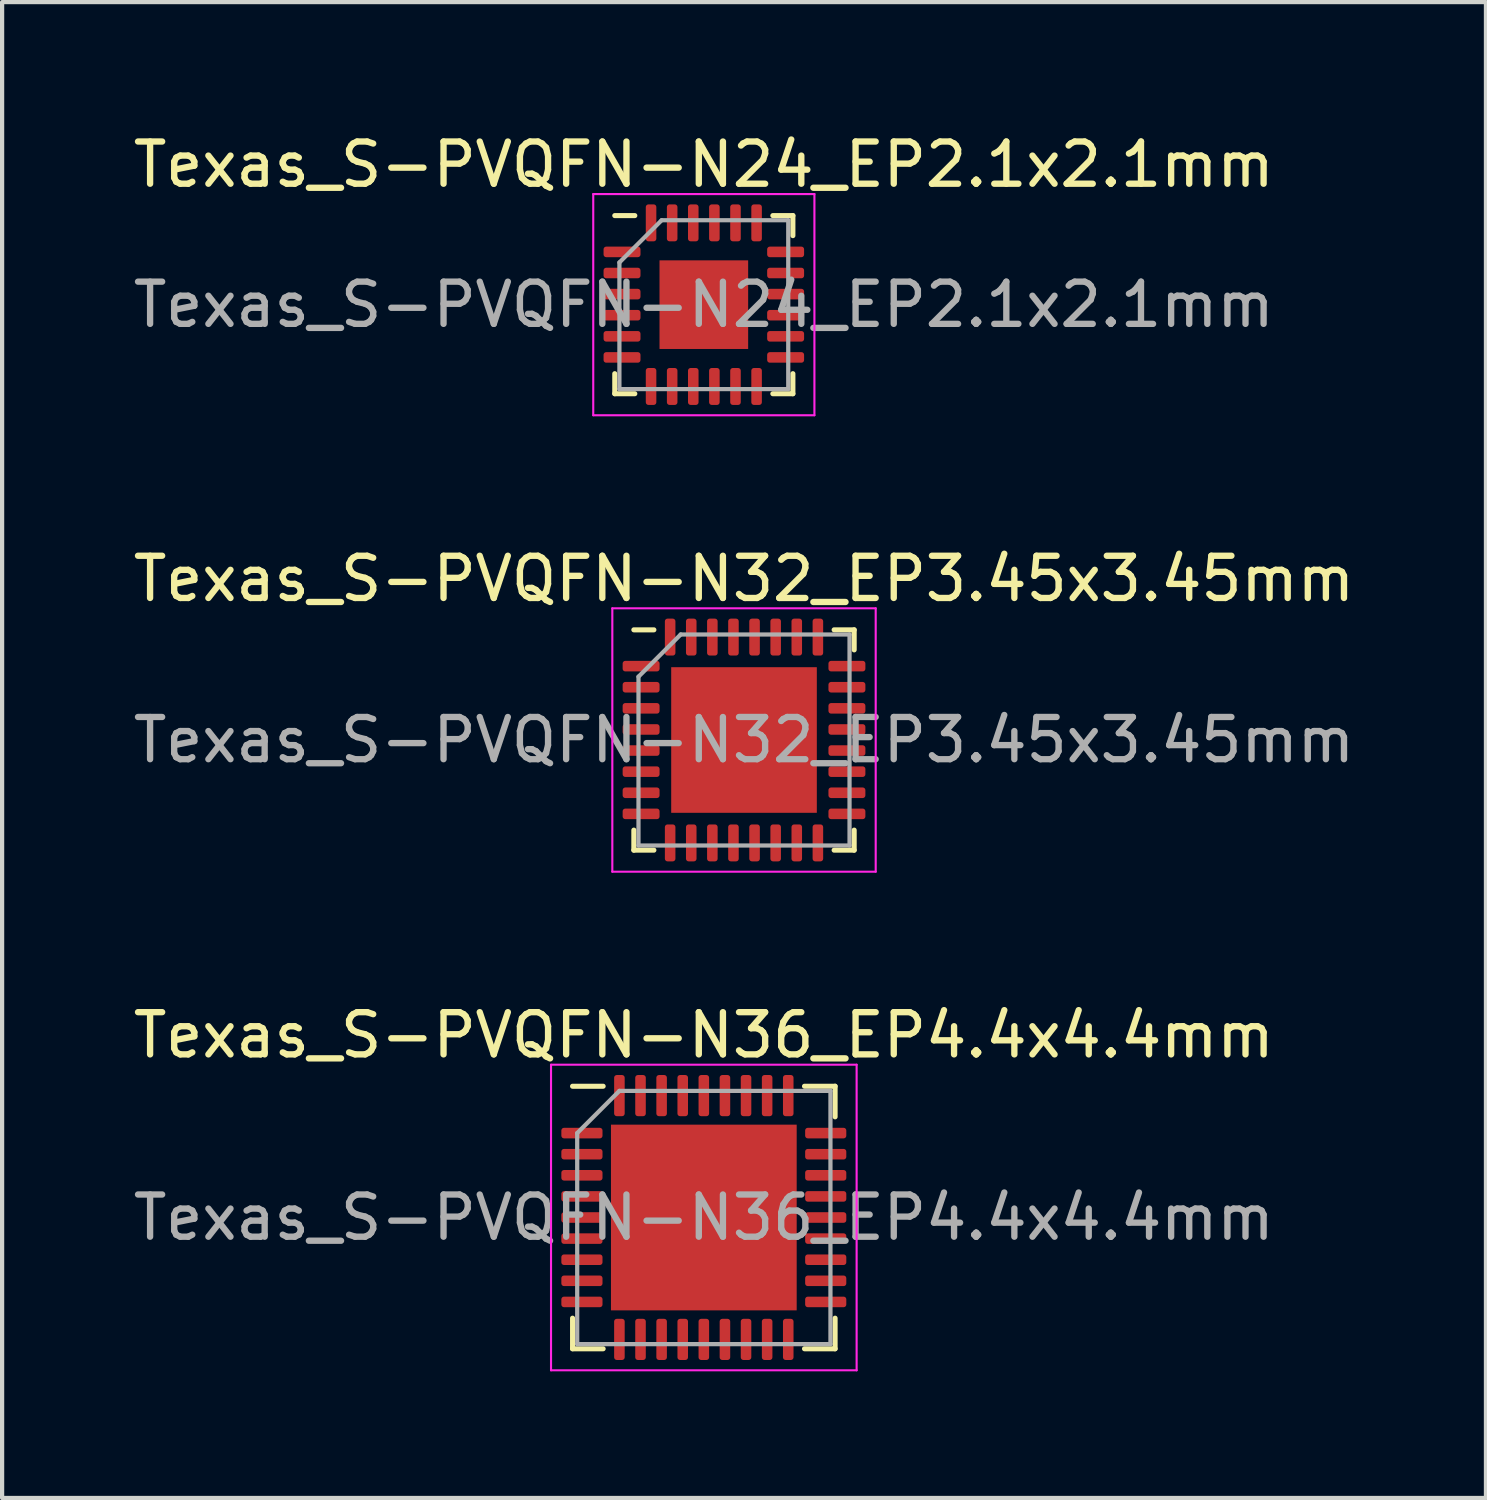
<source format=kicad_pcb>
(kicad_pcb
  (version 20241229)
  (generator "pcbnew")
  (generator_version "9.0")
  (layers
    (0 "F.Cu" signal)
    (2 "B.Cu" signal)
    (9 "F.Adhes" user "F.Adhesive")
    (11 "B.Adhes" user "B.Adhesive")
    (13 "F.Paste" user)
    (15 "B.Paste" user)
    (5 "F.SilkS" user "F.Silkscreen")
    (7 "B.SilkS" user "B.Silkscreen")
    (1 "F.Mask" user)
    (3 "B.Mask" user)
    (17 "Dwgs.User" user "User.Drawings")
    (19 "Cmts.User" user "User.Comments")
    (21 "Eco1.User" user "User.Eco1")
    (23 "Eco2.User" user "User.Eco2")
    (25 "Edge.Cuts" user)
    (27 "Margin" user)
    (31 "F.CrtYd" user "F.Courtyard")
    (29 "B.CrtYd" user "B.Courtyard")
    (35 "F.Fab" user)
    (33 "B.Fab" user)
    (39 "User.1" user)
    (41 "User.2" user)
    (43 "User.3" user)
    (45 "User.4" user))
  (footprint "Texas_S-PVQFN-N36_EP4.4x4.4mm"
    (layer "F.Cu")
    (at 13.625 25.795)
    (property "Reference" "Texas_S-PVQFN-N36_EP4.4x4.4mm" (at 0 -4.32 0) (layer "F.SilkS") (effects (font (size 1 1) (thickness 0.15))))
    (attr smd)
    (fp_line (start -3.11 3.11) (end -3.11 2.385) (stroke (width 0.12) (type solid)) (layer "F.SilkS"))
    (fp_line (start -2.385 -3.11) (end -3.11 -3.11) (stroke (width 0.12) (type solid)) (layer "F.SilkS"))
    (fp_line (start -2.385 3.11) (end -3.11 3.11) (stroke (width 0.12) (type solid)) (layer "F.SilkS"))
    (fp_line (start 2.385 -3.11) (end 3.11 -3.11) (stroke (width 0.12) (type solid)) (layer "F.SilkS"))
    (fp_line (start 2.385 3.11) (end 3.11 3.11) (stroke (width 0.12) (type solid)) (layer "F.SilkS"))
    (fp_line (start 3.11 -3.11) (end 3.11 -2.385) (stroke (width 0.12) (type solid)) (layer "F.SilkS"))
    (fp_line (start 3.11 3.11) (end 3.11 2.385) (stroke (width 0.12) (type solid)) (layer "F.SilkS"))
    (fp_line (start -3.62 -3.62) (end -3.62 3.62) (stroke (width 0.05) (type solid)) (layer "F.CrtYd"))
    (fp_line (start -3.62 3.62) (end 3.62 3.62) (stroke (width 0.05) (type solid)) (layer "F.CrtYd"))
    (fp_line (start 3.62 -3.62) (end -3.62 -3.62) (stroke (width 0.05) (type solid)) (layer "F.CrtYd"))
    (fp_line (start 3.62 3.62) (end 3.62 -3.62) (stroke (width 0.05) (type solid)) (layer "F.CrtYd"))
    (fp_line (start -3 -2) (end -2 -3) (stroke (width 0.1) (type solid)) (layer "F.Fab"))
    (fp_line (start -3 3) (end -3 -2) (stroke (width 0.1) (type solid)) (layer "F.Fab"))
    (fp_line (start -2 -3) (end 3 -3) (stroke (width 0.1) (type solid)) (layer "F.Fab"))
    (fp_line (start 3 -3) (end 3 3) (stroke (width 0.1) (type solid)) (layer "F.Fab"))
    (fp_line (start 3 3) (end -3 3) (stroke (width 0.1) (type solid)) (layer "F.Fab"))
    (fp_text user "${REFERENCE}" (at 0 0 0) (layer "F.Fab") (effects (font (size 1 1) (thickness 0.15))))
    (pad "" smd roundrect (at -1.47 -1.47) (size 1.18 1.18) (layers "F.Paste") (roundrect_rratio 0.212))
    (pad "" smd roundrect (at -1.47 0) (size 1.18 1.18) (layers "F.Paste") (roundrect_rratio 0.212))
    (pad "" smd roundrect (at -1.47 1.47) (size 1.18 1.18) (layers "F.Paste") (roundrect_rratio 0.212))
    (pad "" smd roundrect (at 0 -1.47) (size 1.18 1.18) (layers "F.Paste") (roundrect_rratio 0.212))
    (pad "" smd roundrect (at 0 0) (size 1.18 1.18) (layers "F.Paste") (roundrect_rratio 0.212))
    (pad "" smd roundrect (at 0 1.47) (size 1.18 1.18) (layers "F.Paste") (roundrect_rratio 0.212))
    (pad "" smd roundrect (at 1.47 -1.47) (size 1.18 1.18) (layers "F.Paste") (roundrect_rratio 0.212))
    (pad "" smd roundrect (at 1.47 0) (size 1.18 1.18) (layers "F.Paste") (roundrect_rratio 0.212))
    (pad "" smd roundrect (at 1.47 1.47) (size 1.18 1.18) (layers "F.Paste") (roundrect_rratio 0.212))
    (pad "1" smd roundrect (at -2.888 -2) (size 0.975 0.25) (layers "F.Cu" "F.Mask" "F.Paste") (roundrect_rratio 0.25))
    (pad "2" smd roundrect (at -2.888 -1.5) (size 0.975 0.25) (layers "F.Cu" "F.Mask" "F.Paste") (roundrect_rratio 0.25))
    (pad "3" smd roundrect (at -2.888 -1) (size 0.975 0.25) (layers "F.Cu" "F.Mask" "F.Paste") (roundrect_rratio 0.25))
    (pad "4" smd roundrect (at -2.888 -0.5) (size 0.975 0.25) (layers "F.Cu" "F.Mask" "F.Paste") (roundrect_rratio 0.25))
    (pad "5" smd roundrect (at -2.888 0) (size 0.975 0.25) (layers "F.Cu" "F.Mask" "F.Paste") (roundrect_rratio 0.25))
    (pad "6" smd roundrect (at -2.888 0.5) (size 0.975 0.25) (layers "F.Cu" "F.Mask" "F.Paste") (roundrect_rratio 0.25))
    (pad "7" smd roundrect (at -2.888 1) (size 0.975 0.25) (layers "F.Cu" "F.Mask" "F.Paste") (roundrect_rratio 0.25))
    (pad "8" smd roundrect (at -2.888 1.5) (size 0.975 0.25) (layers "F.Cu" "F.Mask" "F.Paste") (roundrect_rratio 0.25))
    (pad "9" smd roundrect (at -2.888 2) (size 0.975 0.25) (layers "F.Cu" "F.Mask" "F.Paste") (roundrect_rratio 0.25))
    (pad "10" smd roundrect (at -2 2.888) (size 0.25 0.975) (layers "F.Cu" "F.Mask" "F.Paste") (roundrect_rratio 0.25))
    (pad "11" smd roundrect (at -1.5 2.888) (size 0.25 0.975) (layers "F.Cu" "F.Mask" "F.Paste") (roundrect_rratio 0.25))
    (pad "12" smd roundrect (at -1 2.888) (size 0.25 0.975) (layers "F.Cu" "F.Mask" "F.Paste") (roundrect_rratio 0.25))
    (pad "13" smd roundrect (at -0.5 2.888) (size 0.25 0.975) (layers "F.Cu" "F.Mask" "F.Paste") (roundrect_rratio 0.25))
    (pad "14" smd roundrect (at 0 2.888) (size 0.25 0.975) (layers "F.Cu" "F.Mask" "F.Paste") (roundrect_rratio 0.25))
    (pad "15" smd roundrect (at 0.5 2.888) (size 0.25 0.975) (layers "F.Cu" "F.Mask" "F.Paste") (roundrect_rratio 0.25))
    (pad "16" smd roundrect (at 1 2.888) (size 0.25 0.975) (layers "F.Cu" "F.Mask" "F.Paste") (roundrect_rratio 0.25))
    (pad "17" smd roundrect (at 1.5 2.888) (size 0.25 0.975) (layers "F.Cu" "F.Mask" "F.Paste") (roundrect_rratio 0.25))
    (pad "18" smd roundrect (at 2 2.888) (size 0.25 0.975) (layers "F.Cu" "F.Mask" "F.Paste") (roundrect_rratio 0.25))
    (pad "19" smd roundrect (at 2.888 2) (size 0.975 0.25) (layers "F.Cu" "F.Mask" "F.Paste") (roundrect_rratio 0.25))
    (pad "20" smd roundrect (at 2.888 1.5) (size 0.975 0.25) (layers "F.Cu" "F.Mask" "F.Paste") (roundrect_rratio 0.25))
    (pad "21" smd roundrect (at 2.888 1) (size 0.975 0.25) (layers "F.Cu" "F.Mask" "F.Paste") (roundrect_rratio 0.25))
    (pad "22" smd roundrect (at 2.888 0.5) (size 0.975 0.25) (layers "F.Cu" "F.Mask" "F.Paste") (roundrect_rratio 0.25))
    (pad "23" smd roundrect (at 2.888 0) (size 0.975 0.25) (layers "F.Cu" "F.Mask" "F.Paste") (roundrect_rratio 0.25))
    (pad "24" smd roundrect (at 2.888 -0.5) (size 0.975 0.25) (layers "F.Cu" "F.Mask" "F.Paste") (roundrect_rratio 0.25))
    (pad "25" smd roundrect (at 2.888 -1) (size 0.975 0.25) (layers "F.Cu" "F.Mask" "F.Paste") (roundrect_rratio 0.25))
    (pad "26" smd roundrect (at 2.888 -1.5) (size 0.975 0.25) (layers "F.Cu" "F.Mask" "F.Paste") (roundrect_rratio 0.25))
    (pad "27" smd roundrect (at 2.888 -2) (size 0.975 0.25) (layers "F.Cu" "F.Mask" "F.Paste") (roundrect_rratio 0.25))
    (pad "28" smd roundrect (at 2 -2.888) (size 0.25 0.975) (layers "F.Cu" "F.Mask" "F.Paste") (roundrect_rratio 0.25))
    (pad "29" smd roundrect (at 1.5 -2.888) (size 0.25 0.975) (layers "F.Cu" "F.Mask" "F.Paste") (roundrect_rratio 0.25))
    (pad "30" smd roundrect (at 1 -2.888) (size 0.25 0.975) (layers "F.Cu" "F.Mask" "F.Paste") (roundrect_rratio 0.25))
    (pad "31" smd roundrect (at 0.5 -2.888) (size 0.25 0.975) (layers "F.Cu" "F.Mask" "F.Paste") (roundrect_rratio 0.25))
    (pad "32" smd roundrect (at 0 -2.888) (size 0.25 0.975) (layers "F.Cu" "F.Mask" "F.Paste") (roundrect_rratio 0.25))
    (pad "33" smd roundrect (at -0.5 -2.888) (size 0.25 0.975) (layers "F.Cu" "F.Mask" "F.Paste") (roundrect_rratio 0.25))
    (pad "34" smd roundrect (at -1 -2.888) (size 0.25 0.975) (layers "F.Cu" "F.Mask" "F.Paste") (roundrect_rratio 0.25))
    (pad "35" smd roundrect (at -1.5 -2.888) (size 0.25 0.975) (layers "F.Cu" "F.Mask" "F.Paste") (roundrect_rratio 0.25))
    (pad "36" smd roundrect (at -2 -2.888) (size 0.25 0.975) (layers "F.Cu" "F.Mask" "F.Paste") (roundrect_rratio 0.25))
    (pad "37" smd rect (at 0 0) (size 4.4 4.4) (layers "F.Cu" "F.Mask")))
  (footprint "Texas_S-PVQFN-N32_EP3.45x3.45mm"
    (layer "F.Cu")
    (at 14.577 14.482)
    (property "Reference" "Texas_S-PVQFN-N32_EP3.45x3.45mm" (at 0 -3.82 0) (layer "F.SilkS") (effects (font (size 1 1) (thickness 0.15))))
    (attr smd)
    (fp_line (start -2.61 2.61) (end -2.61 2.135) (stroke (width 0.12) (type solid)) (layer "F.SilkS"))
    (fp_line (start -2.135 -2.61) (end -2.61 -2.61) (stroke (width 0.12) (type solid)) (layer "F.SilkS"))
    (fp_line (start -2.135 2.61) (end -2.61 2.61) (stroke (width 0.12) (type solid)) (layer "F.SilkS"))
    (fp_line (start 2.135 -2.61) (end 2.61 -2.61) (stroke (width 0.12) (type solid)) (layer "F.SilkS"))
    (fp_line (start 2.135 2.61) (end 2.61 2.61) (stroke (width 0.12) (type solid)) (layer "F.SilkS"))
    (fp_line (start 2.61 -2.61) (end 2.61 -2.135) (stroke (width 0.12) (type solid)) (layer "F.SilkS"))
    (fp_line (start 2.61 2.61) (end 2.61 2.135) (stroke (width 0.12) (type solid)) (layer "F.SilkS"))
    (fp_line (start -3.12 -3.12) (end -3.12 3.12) (stroke (width 0.05) (type solid)) (layer "F.CrtYd"))
    (fp_line (start -3.12 3.12) (end 3.12 3.12) (stroke (width 0.05) (type solid)) (layer "F.CrtYd"))
    (fp_line (start 3.12 -3.12) (end -3.12 -3.12) (stroke (width 0.05) (type solid)) (layer "F.CrtYd"))
    (fp_line (start 3.12 3.12) (end 3.12 -3.12) (stroke (width 0.05) (type solid)) (layer "F.CrtYd"))
    (fp_line (start -2.5 -1.5) (end -1.5 -2.5) (stroke (width 0.1) (type solid)) (layer "F.Fab"))
    (fp_line (start -2.5 2.5) (end -2.5 -1.5) (stroke (width 0.1) (type solid)) (layer "F.Fab"))
    (fp_line (start -1.5 -2.5) (end 2.5 -2.5) (stroke (width 0.1) (type solid)) (layer "F.Fab"))
    (fp_line (start 2.5 -2.5) (end 2.5 2.5) (stroke (width 0.1) (type solid)) (layer "F.Fab"))
    (fp_line (start 2.5 2.5) (end -2.5 2.5) (stroke (width 0.1) (type solid)) (layer "F.Fab"))
    (fp_text user "${REFERENCE}" (at 0 0 0) (layer "F.Fab") (effects (font (size 1 1) (thickness 0.15))))
    (pad "" smd roundrect (at -1.15 -1.15) (size 0.93 0.93) (layers "F.Paste") (roundrect_rratio 0.25))
    (pad "" smd roundrect (at -1.15 0) (size 0.93 0.93) (layers "F.Paste") (roundrect_rratio 0.25))
    (pad "" smd roundrect (at -1.15 1.15) (size 0.93 0.93) (layers "F.Paste") (roundrect_rratio 0.25))
    (pad "" smd roundrect (at 0 -1.15) (size 0.93 0.93) (layers "F.Paste") (roundrect_rratio 0.25))
    (pad "" smd roundrect (at 0 0) (size 0.93 0.93) (layers "F.Paste") (roundrect_rratio 0.25))
    (pad "" smd roundrect (at 0 1.15) (size 0.93 0.93) (layers "F.Paste") (roundrect_rratio 0.25))
    (pad "" smd roundrect (at 1.15 -1.15) (size 0.93 0.93) (layers "F.Paste") (roundrect_rratio 0.25))
    (pad "" smd roundrect (at 1.15 0) (size 0.93 0.93) (layers "F.Paste") (roundrect_rratio 0.25))
    (pad "" smd roundrect (at 1.15 1.15) (size 0.93 0.93) (layers "F.Paste") (roundrect_rratio 0.25))
    (pad "1" smd roundrect (at -2.438 -1.75) (size 0.875 0.25) (layers "F.Cu" "F.Mask" "F.Paste") (roundrect_rratio 0.25))
    (pad "2" smd roundrect (at -2.438 -1.25) (size 0.875 0.25) (layers "F.Cu" "F.Mask" "F.Paste") (roundrect_rratio 0.25))
    (pad "3" smd roundrect (at -2.438 -0.75) (size 0.875 0.25) (layers "F.Cu" "F.Mask" "F.Paste") (roundrect_rratio 0.25))
    (pad "4" smd roundrect (at -2.438 -0.25) (size 0.875 0.25) (layers "F.Cu" "F.Mask" "F.Paste") (roundrect_rratio 0.25))
    (pad "5" smd roundrect (at -2.438 0.25) (size 0.875 0.25) (layers "F.Cu" "F.Mask" "F.Paste") (roundrect_rratio 0.25))
    (pad "6" smd roundrect (at -2.438 0.75) (size 0.875 0.25) (layers "F.Cu" "F.Mask" "F.Paste") (roundrect_rratio 0.25))
    (pad "7" smd roundrect (at -2.438 1.25) (size 0.875 0.25) (layers "F.Cu" "F.Mask" "F.Paste") (roundrect_rratio 0.25))
    (pad "8" smd roundrect (at -2.438 1.75) (size 0.875 0.25) (layers "F.Cu" "F.Mask" "F.Paste") (roundrect_rratio 0.25))
    (pad "9" smd roundrect (at -1.75 2.438) (size 0.25 0.875) (layers "F.Cu" "F.Mask" "F.Paste") (roundrect_rratio 0.25))
    (pad "10" smd roundrect (at -1.25 2.438) (size 0.25 0.875) (layers "F.Cu" "F.Mask" "F.Paste") (roundrect_rratio 0.25))
    (pad "11" smd roundrect (at -0.75 2.438) (size 0.25 0.875) (layers "F.Cu" "F.Mask" "F.Paste") (roundrect_rratio 0.25))
    (pad "12" smd roundrect (at -0.25 2.438) (size 0.25 0.875) (layers "F.Cu" "F.Mask" "F.Paste") (roundrect_rratio 0.25))
    (pad "13" smd roundrect (at 0.25 2.438) (size 0.25 0.875) (layers "F.Cu" "F.Mask" "F.Paste") (roundrect_rratio 0.25))
    (pad "14" smd roundrect (at 0.75 2.438) (size 0.25 0.875) (layers "F.Cu" "F.Mask" "F.Paste") (roundrect_rratio 0.25))
    (pad "15" smd roundrect (at 1.25 2.438) (size 0.25 0.875) (layers "F.Cu" "F.Mask" "F.Paste") (roundrect_rratio 0.25))
    (pad "16" smd roundrect (at 1.75 2.438) (size 0.25 0.875) (layers "F.Cu" "F.Mask" "F.Paste") (roundrect_rratio 0.25))
    (pad "17" smd roundrect (at 2.438 1.75) (size 0.875 0.25) (layers "F.Cu" "F.Mask" "F.Paste") (roundrect_rratio 0.25))
    (pad "18" smd roundrect (at 2.438 1.25) (size 0.875 0.25) (layers "F.Cu" "F.Mask" "F.Paste") (roundrect_rratio 0.25))
    (pad "19" smd roundrect (at 2.438 0.75) (size 0.875 0.25) (layers "F.Cu" "F.Mask" "F.Paste") (roundrect_rratio 0.25))
    (pad "20" smd roundrect (at 2.438 0.25) (size 0.875 0.25) (layers "F.Cu" "F.Mask" "F.Paste") (roundrect_rratio 0.25))
    (pad "21" smd roundrect (at 2.438 -0.25) (size 0.875 0.25) (layers "F.Cu" "F.Mask" "F.Paste") (roundrect_rratio 0.25))
    (pad "22" smd roundrect (at 2.438 -0.75) (size 0.875 0.25) (layers "F.Cu" "F.Mask" "F.Paste") (roundrect_rratio 0.25))
    (pad "23" smd roundrect (at 2.438 -1.25) (size 0.875 0.25) (layers "F.Cu" "F.Mask" "F.Paste") (roundrect_rratio 0.25))
    (pad "24" smd roundrect (at 2.438 -1.75) (size 0.875 0.25) (layers "F.Cu" "F.Mask" "F.Paste") (roundrect_rratio 0.25))
    (pad "25" smd roundrect (at 1.75 -2.438) (size 0.25 0.875) (layers "F.Cu" "F.Mask" "F.Paste") (roundrect_rratio 0.25))
    (pad "26" smd roundrect (at 1.25 -2.438) (size 0.25 0.875) (layers "F.Cu" "F.Mask" "F.Paste") (roundrect_rratio 0.25))
    (pad "27" smd roundrect (at 0.75 -2.438) (size 0.25 0.875) (layers "F.Cu" "F.Mask" "F.Paste") (roundrect_rratio 0.25))
    (pad "28" smd roundrect (at 0.25 -2.438) (size 0.25 0.875) (layers "F.Cu" "F.Mask" "F.Paste") (roundrect_rratio 0.25))
    (pad "29" smd roundrect (at -0.25 -2.438) (size 0.25 0.875) (layers "F.Cu" "F.Mask" "F.Paste") (roundrect_rratio 0.25))
    (pad "30" smd roundrect (at -0.75 -2.438) (size 0.25 0.875) (layers "F.Cu" "F.Mask" "F.Paste") (roundrect_rratio 0.25))
    (pad "31" smd roundrect (at -1.25 -2.438) (size 0.25 0.875) (layers "F.Cu" "F.Mask" "F.Paste") (roundrect_rratio 0.25))
    (pad "32" smd roundrect (at -1.75 -2.438) (size 0.25 0.875) (layers "F.Cu" "F.Mask" "F.Paste") (roundrect_rratio 0.25))
    (pad "33" smd rect (at 0 0) (size 3.45 3.45) (layers "F.Cu" "F.Mask")))
  (footprint "Texas_S-PVQFN-N24_EP2.1x2.1mm"
    (layer "F.Cu")
    (at 13.625 4.168)
    (property "Reference" "Texas_S-PVQFN-N24_EP2.1x2.1mm" (at 0 -3.32 0) (layer "F.SilkS") (effects (font (size 1 1) (thickness 0.15))))
    (attr smd)
    (fp_line (start -2.11 2.11) (end -2.11 1.635) (stroke (width 0.12) (type solid)) (layer "F.SilkS"))
    (fp_line (start -1.635 -2.11) (end -2.11 -2.11) (stroke (width 0.12) (type solid)) (layer "F.SilkS"))
    (fp_line (start -1.635 2.11) (end -2.11 2.11) (stroke (width 0.12) (type solid)) (layer "F.SilkS"))
    (fp_line (start 1.635 -2.11) (end 2.11 -2.11) (stroke (width 0.12) (type solid)) (layer "F.SilkS"))
    (fp_line (start 1.635 2.11) (end 2.11 2.11) (stroke (width 0.12) (type solid)) (layer "F.SilkS"))
    (fp_line (start 2.11 -2.11) (end 2.11 -1.635) (stroke (width 0.12) (type solid)) (layer "F.SilkS"))
    (fp_line (start 2.11 2.11) (end 2.11 1.635) (stroke (width 0.12) (type solid)) (layer "F.SilkS"))
    (fp_line (start -2.62 -2.62) (end -2.62 2.62) (stroke (width 0.05) (type solid)) (layer "F.CrtYd"))
    (fp_line (start -2.62 2.62) (end 2.62 2.62) (stroke (width 0.05) (type solid)) (layer "F.CrtYd"))
    (fp_line (start 2.62 -2.62) (end -2.62 -2.62) (stroke (width 0.05) (type solid)) (layer "F.CrtYd"))
    (fp_line (start 2.62 2.62) (end 2.62 -2.62) (stroke (width 0.05) (type solid)) (layer "F.CrtYd"))
    (fp_line (start -2 -1) (end -1 -2) (stroke (width 0.1) (type solid)) (layer "F.Fab"))
    (fp_line (start -2 2) (end -2 -1) (stroke (width 0.1) (type solid)) (layer "F.Fab"))
    (fp_line (start -1 -2) (end 2 -2) (stroke (width 0.1) (type solid)) (layer "F.Fab"))
    (fp_line (start 2 -2) (end 2 2) (stroke (width 0.1) (type solid)) (layer "F.Fab"))
    (fp_line (start 2 2) (end -2 2) (stroke (width 0.1) (type solid)) (layer "F.Fab"))
    (fp_text user "${REFERENCE}" (at 0 0 0) (layer "F.Fab") (effects (font (size 1 1) (thickness 0.15))))
    (pad "" smd roundrect (at -0.525 -0.525) (size 0.85 0.85) (layers "F.Paste") (roundrect_rratio 0.25))
    (pad "" smd roundrect (at -0.525 0.525) (size 0.85 0.85) (layers "F.Paste") (roundrect_rratio 0.25))
    (pad "" smd roundrect (at 0.525 -0.525) (size 0.85 0.85) (layers "F.Paste") (roundrect_rratio 0.25))
    (pad "" smd roundrect (at 0.525 0.525) (size 0.85 0.85) (layers "F.Paste") (roundrect_rratio 0.25))
    (pad "1" smd roundrect (at -1.938 -1.25) (size 0.875 0.25) (layers "F.Cu" "F.Mask" "F.Paste") (roundrect_rratio 0.25))
    (pad "2" smd roundrect (at -1.938 -0.75) (size 0.875 0.25) (layers "F.Cu" "F.Mask" "F.Paste") (roundrect_rratio 0.25))
    (pad "3" smd roundrect (at -1.938 -0.25) (size 0.875 0.25) (layers "F.Cu" "F.Mask" "F.Paste") (roundrect_rratio 0.25))
    (pad "4" smd roundrect (at -1.938 0.25) (size 0.875 0.25) (layers "F.Cu" "F.Mask" "F.Paste") (roundrect_rratio 0.25))
    (pad "5" smd roundrect (at -1.938 0.75) (size 0.875 0.25) (layers "F.Cu" "F.Mask" "F.Paste") (roundrect_rratio 0.25))
    (pad "6" smd roundrect (at -1.938 1.25) (size 0.875 0.25) (layers "F.Cu" "F.Mask" "F.Paste") (roundrect_rratio 0.25))
    (pad "7" smd roundrect (at -1.25 1.938) (size 0.25 0.875) (layers "F.Cu" "F.Mask" "F.Paste") (roundrect_rratio 0.25))
    (pad "8" smd roundrect (at -0.75 1.938) (size 0.25 0.875) (layers "F.Cu" "F.Mask" "F.Paste") (roundrect_rratio 0.25))
    (pad "9" smd roundrect (at -0.25 1.938) (size 0.25 0.875) (layers "F.Cu" "F.Mask" "F.Paste") (roundrect_rratio 0.25))
    (pad "10" smd roundrect (at 0.25 1.938) (size 0.25 0.875) (layers "F.Cu" "F.Mask" "F.Paste") (roundrect_rratio 0.25))
    (pad "11" smd roundrect (at 0.75 1.938) (size 0.25 0.875) (layers "F.Cu" "F.Mask" "F.Paste") (roundrect_rratio 0.25))
    (pad "12" smd roundrect (at 1.25 1.938) (size 0.25 0.875) (layers "F.Cu" "F.Mask" "F.Paste") (roundrect_rratio 0.25))
    (pad "13" smd roundrect (at 1.938 1.25) (size 0.875 0.25) (layers "F.Cu" "F.Mask" "F.Paste") (roundrect_rratio 0.25))
    (pad "14" smd roundrect (at 1.938 0.75) (size 0.875 0.25) (layers "F.Cu" "F.Mask" "F.Paste") (roundrect_rratio 0.25))
    (pad "15" smd roundrect (at 1.938 0.25) (size 0.875 0.25) (layers "F.Cu" "F.Mask" "F.Paste") (roundrect_rratio 0.25))
    (pad "16" smd roundrect (at 1.938 -0.25) (size 0.875 0.25) (layers "F.Cu" "F.Mask" "F.Paste") (roundrect_rratio 0.25))
    (pad "17" smd roundrect (at 1.938 -0.75) (size 0.875 0.25) (layers "F.Cu" "F.Mask" "F.Paste") (roundrect_rratio 0.25))
    (pad "18" smd roundrect (at 1.938 -1.25) (size 0.875 0.25) (layers "F.Cu" "F.Mask" "F.Paste") (roundrect_rratio 0.25))
    (pad "19" smd roundrect (at 1.25 -1.938) (size 0.25 0.875) (layers "F.Cu" "F.Mask" "F.Paste") (roundrect_rratio 0.25))
    (pad "20" smd roundrect (at 0.75 -1.938) (size 0.25 0.875) (layers "F.Cu" "F.Mask" "F.Paste") (roundrect_rratio 0.25))
    (pad "21" smd roundrect (at 0.25 -1.938) (size 0.25 0.875) (layers "F.Cu" "F.Mask" "F.Paste") (roundrect_rratio 0.25))
    (pad "22" smd roundrect (at -0.25 -1.938) (size 0.25 0.875) (layers "F.Cu" "F.Mask" "F.Paste") (roundrect_rratio 0.25))
    (pad "23" smd roundrect (at -0.75 -1.938) (size 0.25 0.875) (layers "F.Cu" "F.Mask" "F.Paste") (roundrect_rratio 0.25))
    (pad "24" smd roundrect (at -1.25 -1.938) (size 0.25 0.875) (layers "F.Cu" "F.Mask" "F.Paste") (roundrect_rratio 0.25))
    (pad "25" smd rect (at 0 0) (size 2.1 2.1) (layers "F.Cu" "F.Mask")))
  (gr_rect
    (start -3 -3)
    (end 32.155 32.44)
    (stroke (width 0.1) (type default))
    (fill no)
    (layer "Edge.Cuts")))
</source>
